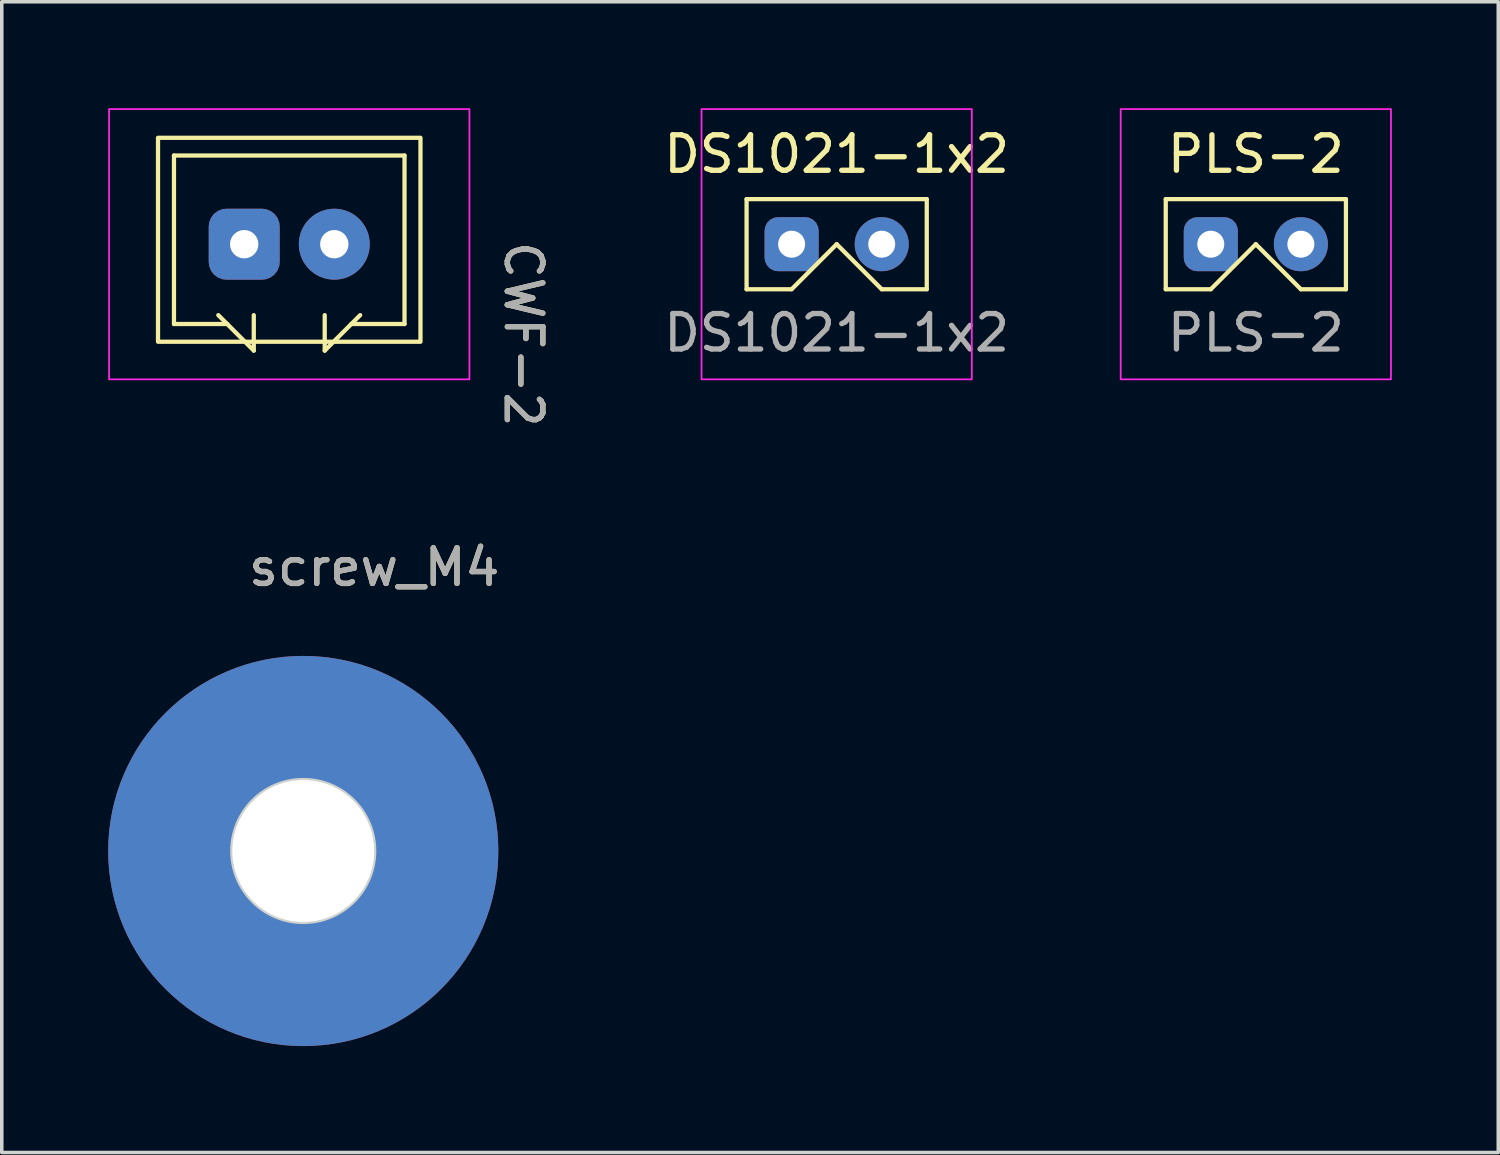
<source format=kicad_pcb>
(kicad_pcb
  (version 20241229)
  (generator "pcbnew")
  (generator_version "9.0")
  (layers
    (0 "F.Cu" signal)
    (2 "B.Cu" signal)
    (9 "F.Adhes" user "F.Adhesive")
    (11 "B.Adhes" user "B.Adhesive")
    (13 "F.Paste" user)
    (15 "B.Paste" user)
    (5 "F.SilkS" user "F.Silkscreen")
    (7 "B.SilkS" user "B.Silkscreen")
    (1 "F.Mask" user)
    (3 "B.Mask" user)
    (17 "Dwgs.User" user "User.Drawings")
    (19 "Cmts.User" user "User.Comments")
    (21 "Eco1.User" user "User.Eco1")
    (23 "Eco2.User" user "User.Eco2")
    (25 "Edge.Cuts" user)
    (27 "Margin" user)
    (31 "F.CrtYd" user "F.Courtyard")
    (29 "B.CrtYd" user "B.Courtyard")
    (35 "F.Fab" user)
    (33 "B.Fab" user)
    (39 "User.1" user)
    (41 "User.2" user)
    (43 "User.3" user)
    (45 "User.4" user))
  (footprint "CWF-2"
    (layer "F.Cu")
    (at 5.105 3.835)
    (property "Reference" "CWF-2" (at 6.604 2.54 270) (unlocked yes) (layer "F.SilkS") (effects (font (size 1 1) (thickness 0.15))))
    (attr through_hole)
    (fp_line (start -3.25 -2.5) (end -3.25 2.25) (stroke (width 0.12) (type solid)) (layer "F.SilkS"))
    (fp_line (start -3.25 -2.5) (end 3.25 -2.5) (stroke (width 0.12) (type solid)) (layer "F.SilkS"))
    (fp_line (start -3.25 2.25) (end -1.75 2.25) (stroke (width 0.12) (type solid)) (layer "F.SilkS"))
    (fp_line (start -2 2) (end -1 3) (stroke (width 0.12) (type solid)) (layer "F.SilkS"))
    (fp_line (start -1 2) (end -1 3) (stroke (width 0.12) (type solid)) (layer "F.SilkS"))
    (fp_line (start 1 2) (end 1 3) (stroke (width 0.12) (type solid)) (layer "F.SilkS"))
    (fp_line (start 1 3) (end 2 2) (stroke (width 0.12) (type solid)) (layer "F.SilkS"))
    (fp_line (start 3.25 -2.5) (end 3.25 2.25) (stroke (width 0.12) (type solid)) (layer "F.SilkS"))
    (fp_line (start 3.25 2.25) (end 1.75 2.25) (stroke (width 0.12) (type solid)) (layer "F.SilkS"))
    (fp_rect (start -3.7 2.75) (end 3.7 -3) (stroke (width 0.12) (type solid)) (fill no) (layer "F.SilkS"))
    (fp_rect (start -5.08 -3.81) (end 5.08 3.81) (stroke (width 0.05) (type solid)) (fill no) (layer "F.CrtYd"))
    (fp_text user "${REFERENCE}" (at 6.604 2.54 270) (unlocked yes) (layer "F.Fab") (effects (font (size 1 1) (thickness 0.15))))
    (pad "1" thru_hole roundrect (at -1.27 0) (size 2 2) (drill 0.8) (layers "*.Cu" "*.Mask") (roundrect_rratio 0.25))
    (pad "2" thru_hole circle (at 1.27 0) (size 2 2) (drill 0.8) (layers "*.Cu" "*.Mask")))
  (footprint "screw_M4"
    (layer "F.Cu")
    (at 5.5 20.943)
    (property "Reference" "screw_M4" (at 2 -8 0) (unlocked yes) (layer "F.SilkS") (effects (font (size 1 1) (thickness 0.15))))
    (fp_circle (center 0 0) (end 2 0) (stroke (width 0.12) (type solid)) (fill no) (layer "Edge.Cuts"))
    (fp_text user "${REFERENCE}" (at 2 -8 0) (unlocked yes) (layer "F.Fab") (effects (font (size 1 1) (thickness 0.15))))
    (pad "" thru_hole circle (at 0 0) (size 11 11) (drill 4) (layers "*.Cu" "*.Mask")))
  (footprint "PLS-2"
    (layer "F.Cu")
    (at 32.357 3.835)
    (property "Reference" "PLS-2" (at 0 -2.54 0) (unlocked yes) (layer "F.SilkS") (effects (font (size 1 1) (thickness 0.15))))
    (attr through_hole)
    (fp_line (start -2.54 -1.27) (end 2.54 -1.27) (stroke (width 0.12) (type solid)) (layer "F.SilkS"))
    (fp_line (start -2.54 1.27) (end -2.54 -1.27) (stroke (width 0.12) (type solid)) (layer "F.SilkS"))
    (fp_line (start -2.54 1.27) (end -1.27 1.27) (stroke (width 0.12) (type solid)) (layer "F.SilkS"))
    (fp_line (start -1.27 1.27) (end 0 0) (stroke (width 0.12) (type solid)) (layer "F.SilkS"))
    (fp_line (start 0 0) (end 1.27 1.27) (stroke (width 0.12) (type solid)) (layer "F.SilkS"))
    (fp_line (start 1.27 1.27) (end 2.54 1.27) (stroke (width 0.12) (type solid)) (layer "F.SilkS"))
    (fp_line (start 2.54 -1.27) (end 2.54 1.27) (stroke (width 0.12) (type solid)) (layer "F.SilkS"))
    (fp_rect (start -3.81 -3.81) (end 3.81 3.81) (stroke (width 0.05) (type solid)) (fill no) (layer "F.CrtYd"))
    (fp_text user "${REFERENCE}" (at 0 2.5 0) (unlocked yes) (layer "F.Fab") (effects (font (size 1 1) (thickness 0.15))))
    (pad "1" thru_hole roundrect (at -1.27 0) (size 1.524 1.524) (drill 0.762) (layers "*.Cu" "*.Mask") (roundrect_rratio 0.25))
    (pad "2" thru_hole circle (at 1.27 0) (size 1.524 1.524) (drill 0.762) (layers "*.Cu" "*.Mask")))
  (footprint "DS1021-1x2"
    (layer "F.Cu")
    (at 20.539 3.835)
    (property "Reference" "DS1021-1x2" (at 0 -2.54 0) (unlocked yes) (layer "F.SilkS") (effects (font (size 1 1) (thickness 0.15))))
    (attr through_hole)
    (fp_line (start -2.54 -1.27) (end 2.54 -1.27) (stroke (width 0.12) (type solid)) (layer "F.SilkS"))
    (fp_line (start -2.54 1.27) (end -2.54 -1.27) (stroke (width 0.12) (type solid)) (layer "F.SilkS"))
    (fp_line (start -2.54 1.27) (end -1.27 1.27) (stroke (width 0.12) (type solid)) (layer "F.SilkS"))
    (fp_line (start -1.27 1.27) (end 0 0) (stroke (width 0.12) (type solid)) (layer "F.SilkS"))
    (fp_line (start 0 0) (end 1.27 1.27) (stroke (width 0.12) (type solid)) (layer "F.SilkS"))
    (fp_line (start 1.27 1.27) (end 2.54 1.27) (stroke (width 0.12) (type solid)) (layer "F.SilkS"))
    (fp_line (start 2.54 -1.27) (end 2.54 1.27) (stroke (width 0.12) (type solid)) (layer "F.SilkS"))
    (fp_rect (start -3.81 -3.81) (end 3.81 3.81) (stroke (width 0.05) (type solid)) (fill no) (layer "F.CrtYd"))
    (fp_text user "${REFERENCE}" (at 0 2.5 0) (unlocked yes) (layer "F.Fab") (effects (font (size 1 1) (thickness 0.15))))
    (pad "1" thru_hole roundrect (at -1.27 0) (size 1.524 1.524) (drill 0.762) (layers "*.Cu" "*.Mask") (roundrect_rratio 0.25))
    (pad "2" thru_hole circle (at 1.27 0) (size 1.524 1.524) (drill 0.762) (layers "*.Cu" "*.Mask")))
  (gr_rect
    (start -3 -3)
    (end 39.192 29.443)
    (stroke (width 0.1) (type default))
    (fill no)
    (layer "Edge.Cuts")))
</source>
